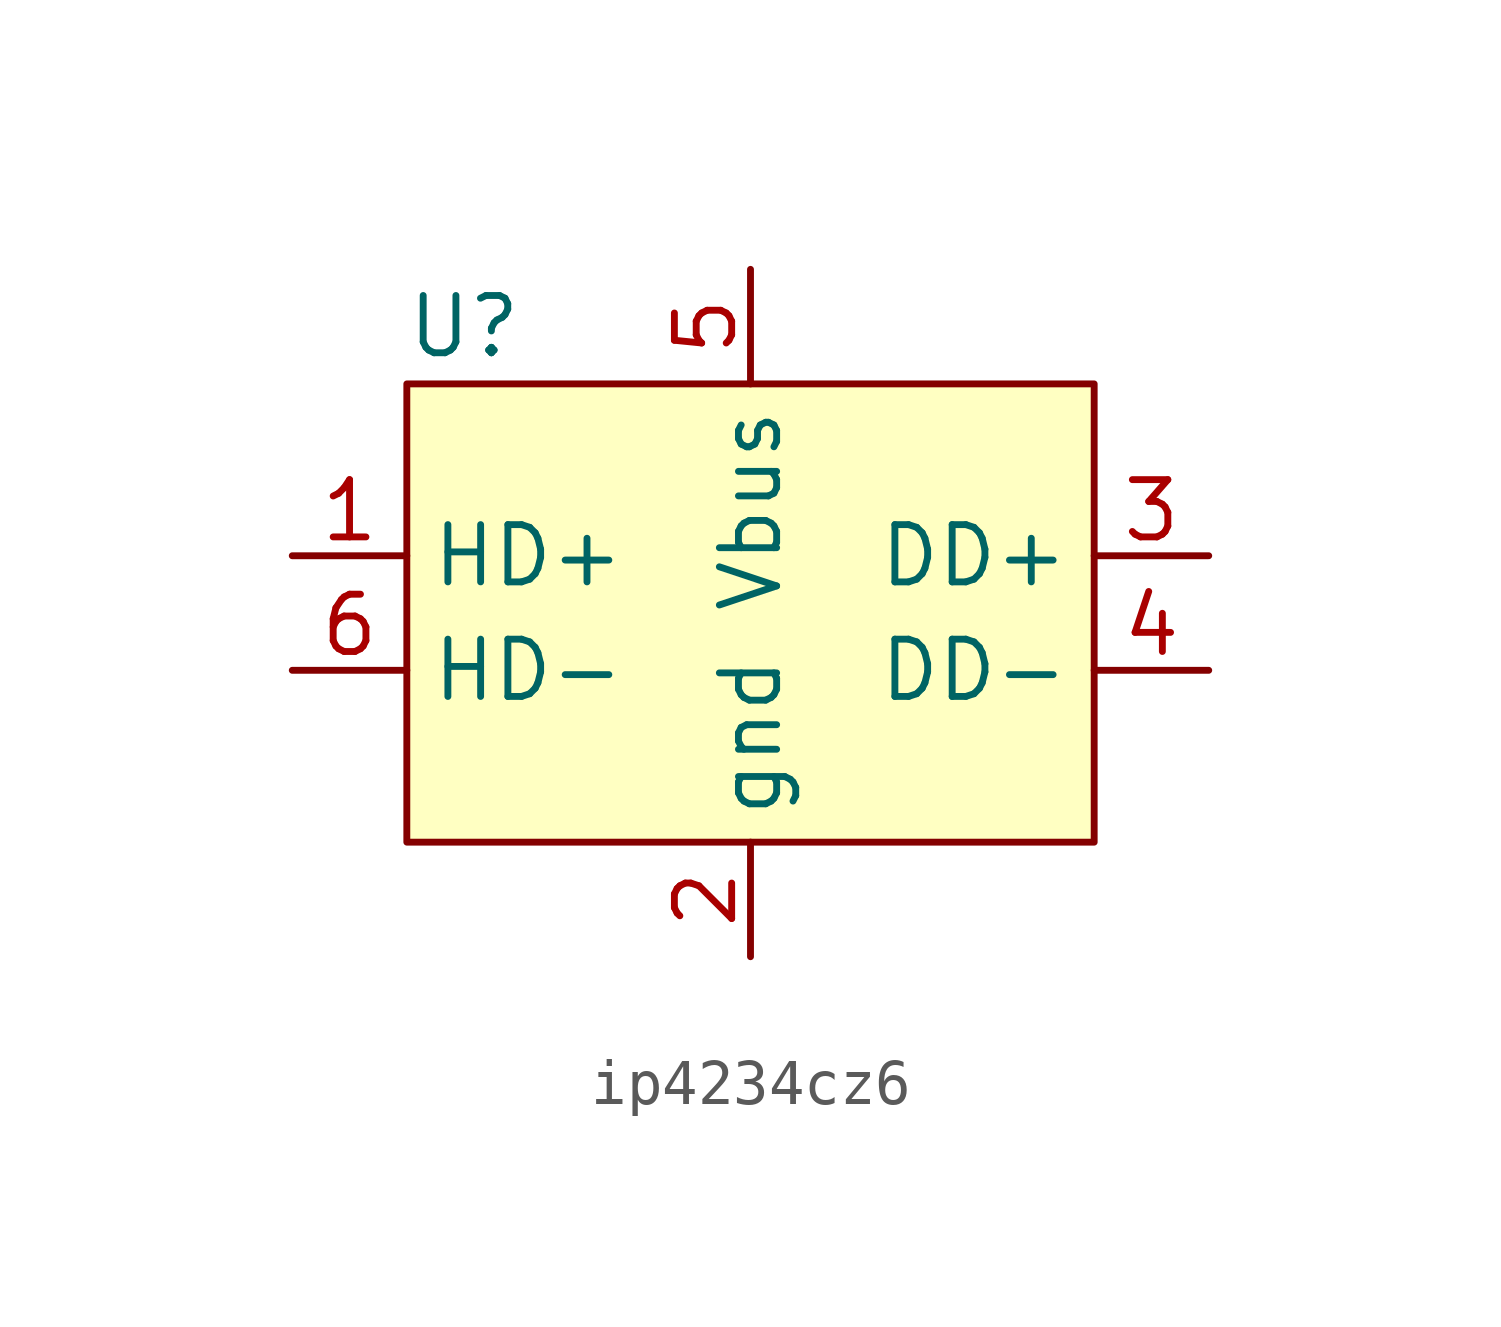
<source format=kicad_sym>
(kicad_symbol_lib
  (version 20220914)
  (generator kicad_symbol_editor)
  (symbol "ip4234cz6"
    (property "Reference" "U"
      (at -6.35 6.35 0)
      (effects (font (size 1.27 1.27))))
    (property "Value" ""
      (at 6.35 2.54 0)
      (effects (font (size 1.27 1.27))))
    (symbol "ip4234cz6_1_1"
      (rectangle (start -7.62 5.08) (end 7.62 -5.08) (stroke (width 0) (type default)) (fill (type background)))
      (pin input line (at -10.16 1.27 0) (length 2.54) (name "HD+" (effects (font (size 1.27 1.27)))) (number "1" (effects (font (size 1.27 1.27)))))
      (pin input line (at 0 -7.62 90) (length 2.54) (name "gnd" (effects (font (size 1.27 1.27)))) (number "2" (effects (font (size 1.27 1.27)))))
      (pin input line (at 10.16 1.27 180) (length 2.54) (name "DD+" (effects (font (size 1.27 1.27)))) (number "3" (effects (font (size 1.27 1.27)))))
      (pin input line (at 10.16 -1.27 180) (length 2.54) (name "DD-" (effects (font (size 1.27 1.27)))) (number "4" (effects (font (size 1.27 1.27)))))
      (pin input line (at 0 7.62 270) (length 2.54) (name "Vbus" (effects (font (size 1.27 1.27)))) (number "5" (effects (font (size 1.27 1.27)))))
      (pin input line (at -10.16 -1.27 0) (length 2.54) (name "HD-" (effects (font (size 1.27 1.27)))) (number "6" (effects (font (size 1.27 1.27))))))))
</source>
